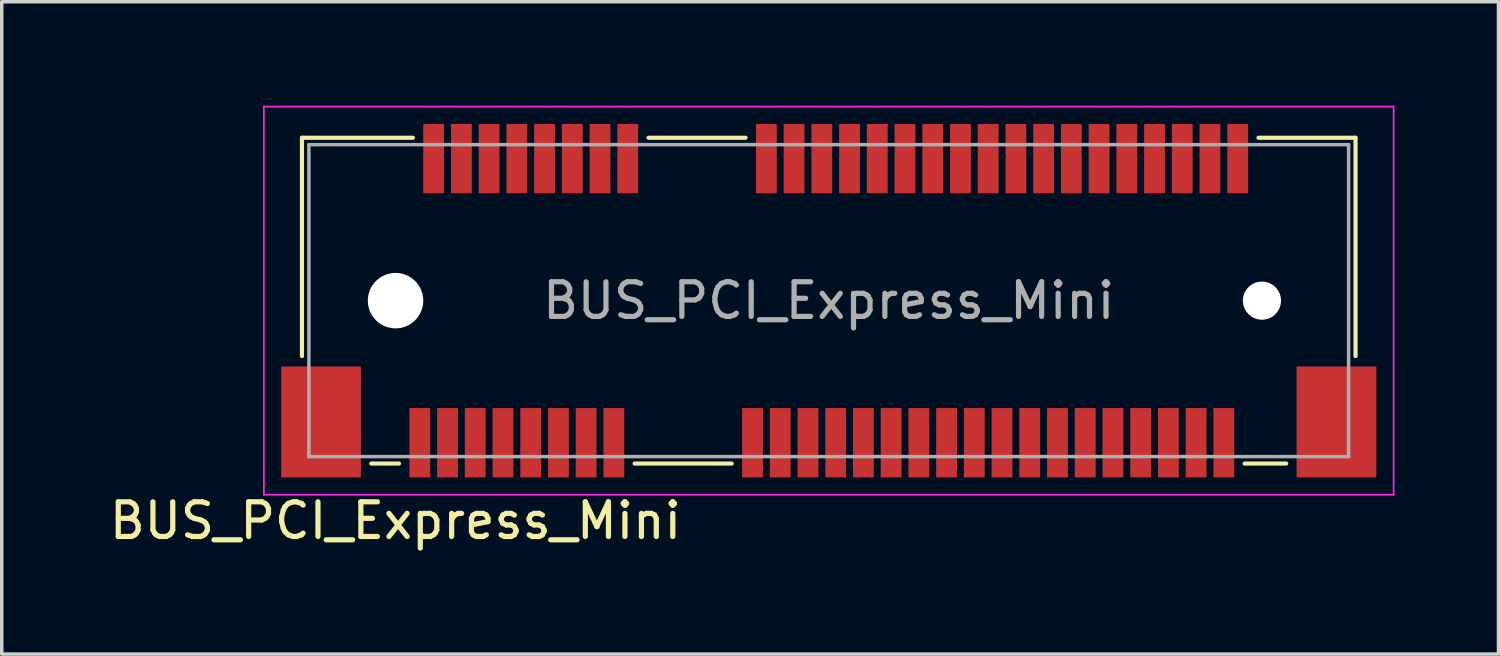
<source format=kicad_pcb>
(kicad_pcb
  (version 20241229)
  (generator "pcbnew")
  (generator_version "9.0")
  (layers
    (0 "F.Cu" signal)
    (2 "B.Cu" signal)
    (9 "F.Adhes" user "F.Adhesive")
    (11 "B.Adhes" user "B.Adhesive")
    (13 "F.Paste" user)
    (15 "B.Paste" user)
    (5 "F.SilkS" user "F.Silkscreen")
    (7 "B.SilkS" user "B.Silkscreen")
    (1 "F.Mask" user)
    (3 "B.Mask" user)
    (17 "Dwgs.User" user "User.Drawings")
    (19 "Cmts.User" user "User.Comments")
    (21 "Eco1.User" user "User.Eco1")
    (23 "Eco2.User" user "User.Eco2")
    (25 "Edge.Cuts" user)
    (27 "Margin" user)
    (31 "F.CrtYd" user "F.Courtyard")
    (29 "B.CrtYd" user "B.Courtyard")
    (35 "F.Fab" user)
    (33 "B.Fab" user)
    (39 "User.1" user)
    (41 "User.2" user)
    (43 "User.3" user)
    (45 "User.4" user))
  (footprint "BUS_PCI_Express_Mini"
    (layer "F.Cu")
    (at 20.863 5.625)
    (property "Reference" "BUS_PCI_Express_Mini" (at -12.5 6.35 180) (layer "F.SilkS") (effects (font (size 1 1) (thickness 0.15))))
    (attr smd)
    (fp_line (start -15.2 -4.7) (end -15.2 1.6) (stroke (width 0.12) (type solid)) (layer "F.SilkS"))
    (fp_line (start -13.2 4.7) (end -12.4 4.7) (stroke (width 0.12) (type solid)) (layer "F.SilkS"))
    (fp_line (start -12 -4.7) (end -15.2 -4.7) (stroke (width 0.12) (type solid)) (layer "F.SilkS"))
    (fp_line (start -5.6 4.7) (end -2.8 4.7) (stroke (width 0.12) (type solid)) (layer "F.SilkS"))
    (fp_line (start -2.4 -4.7) (end -5.2 -4.7) (stroke (width 0.12) (type solid)) (layer "F.SilkS"))
    (fp_line (start 12 4.7) (end 13.2 4.7) (stroke (width 0.12) (type solid)) (layer "F.SilkS"))
    (fp_line (start 15.2 -4.7) (end 12.4 -4.7) (stroke (width 0.12) (type solid)) (layer "F.SilkS"))
    (fp_line (start 15.2 1.6) (end 15.2 -4.7) (stroke (width 0.12) (type solid)) (layer "F.SilkS"))
    (fp_line (start -16.3 -5.6) (end 16.3 -5.6) (stroke (width 0.05) (type solid)) (layer "F.CrtYd"))
    (fp_line (start -16.3 5.6) (end -16.3 -5.6) (stroke (width 0.05) (type solid)) (layer "F.CrtYd"))
    (fp_line (start 16.3 -5.6) (end 16.3 5.6) (stroke (width 0.05) (type solid)) (layer "F.CrtYd"))
    (fp_line (start 16.3 5.6) (end -16.3 5.6) (stroke (width 0.05) (type solid)) (layer "F.CrtYd"))
    (fp_line (start -15 -4.5) (end -15 4.5) (stroke (width 0.1) (type solid)) (layer "F.Fab"))
    (fp_line (start -15 4.5) (end 15 4.5) (stroke (width 0.1) (type solid)) (layer "F.Fab"))
    (fp_line (start 15 -4.5) (end -15 -4.5) (stroke (width 0.1) (type solid)) (layer "F.Fab"))
    (fp_line (start 15 4.5) (end 15 -4.5) (stroke (width 0.1) (type solid)) (layer "F.Fab"))
    (fp_text user "${REFERENCE}" (at 0 0 0) (layer "F.Fab") (effects (font (size 1 1) (thickness 0.15))))
    (pad "" np_thru_hole circle (at -12.5 0) (size 1.6 1.6) (drill 1.6) (layers "*.Cu" "*.Mask"))
    (pad "" np_thru_hole circle (at 12.5 0) (size 1.1 1.1) (drill 1.1) (layers "*.Cu" "*.Mask"))
    (pad "1" smd rect (at -11.8 4.1) (size 0.6 2) (layers "F.Cu" "F.Mask" "F.Paste"))
    (pad "2" smd rect (at -11.4 -4.1) (size 0.6 2) (layers "F.Cu" "F.Mask" "F.Paste"))
    (pad "3" smd rect (at -11 4.1) (size 0.6 2) (layers "F.Cu" "F.Mask" "F.Paste"))
    (pad "4" smd rect (at -10.6 -4.1) (size 0.6 2) (layers "F.Cu" "F.Mask" "F.Paste"))
    (pad "5" smd rect (at -10.2 4.1) (size 0.6 2) (layers "F.Cu" "F.Mask" "F.Paste"))
    (pad "6" smd rect (at -9.8 -4.1) (size 0.6 2) (layers "F.Cu" "F.Mask" "F.Paste"))
    (pad "7" smd rect (at -9.4 4.1) (size 0.6 2) (layers "F.Cu" "F.Mask" "F.Paste"))
    (pad "8" smd rect (at -9 -4.1) (size 0.6 2) (layers "F.Cu" "F.Mask" "F.Paste"))
    (pad "9" smd rect (at -8.6 4.1) (size 0.6 2) (layers "F.Cu" "F.Mask" "F.Paste"))
    (pad "10" smd rect (at -8.2 -4.1) (size 0.6 2) (layers "F.Cu" "F.Mask" "F.Paste"))
    (pad "11" smd rect (at -7.8 4.1) (size 0.6 2) (layers "F.Cu" "F.Mask" "F.Paste"))
    (pad "12" smd rect (at -7.4 -4.1) (size 0.6 2) (layers "F.Cu" "F.Mask" "F.Paste"))
    (pad "13" smd rect (at -7 4.1) (size 0.6 2) (layers "F.Cu" "F.Mask" "F.Paste"))
    (pad "14" smd rect (at -6.6 -4.1) (size 0.6 2) (layers "F.Cu" "F.Mask" "F.Paste"))
    (pad "15" smd rect (at -6.2 4.1) (size 0.6 2) (layers "F.Cu" "F.Mask" "F.Paste"))
    (pad "16" smd rect (at -5.8 -4.1) (size 0.6 2) (layers "F.Cu" "F.Mask" "F.Paste"))
    (pad "17" smd rect (at -2.2 4.1) (size 0.6 2) (layers "F.Cu" "F.Mask" "F.Paste"))
    (pad "18" smd rect (at -1.8 -4.1) (size 0.6 2) (layers "F.Cu" "F.Mask" "F.Paste"))
    (pad "19" smd rect (at -1.4 4.1) (size 0.6 2) (layers "F.Cu" "F.Mask" "F.Paste"))
    (pad "20" smd rect (at -1 -4.1) (size 0.6 2) (layers "F.Cu" "F.Mask" "F.Paste"))
    (pad "21" smd rect (at -0.6 4.1) (size 0.6 2) (layers "F.Cu" "F.Mask" "F.Paste"))
    (pad "22" smd rect (at -0.2 -4.1) (size 0.6 2) (layers "F.Cu" "F.Mask" "F.Paste"))
    (pad "23" smd rect (at 0.2 4.1) (size 0.6 2) (layers "F.Cu" "F.Mask" "F.Paste"))
    (pad "24" smd rect (at 0.6 -4.1) (size 0.6 2) (layers "F.Cu" "F.Mask" "F.Paste"))
    (pad "25" smd rect (at 1 4.1) (size 0.6 2) (layers "F.Cu" "F.Mask" "F.Paste"))
    (pad "26" smd rect (at 1.4 -4.1) (size 0.6 2) (layers "F.Cu" "F.Mask" "F.Paste"))
    (pad "27" smd rect (at 1.8 4.1) (size 0.6 2) (layers "F.Cu" "F.Mask" "F.Paste"))
    (pad "28" smd rect (at 2.2 -4.1) (size 0.6 2) (layers "F.Cu" "F.Mask" "F.Paste"))
    (pad "29" smd rect (at 2.6 4.1) (size 0.6 2) (layers "F.Cu" "F.Mask" "F.Paste"))
    (pad "30" smd rect (at 3 -4.1) (size 0.6 2) (layers "F.Cu" "F.Mask" "F.Paste"))
    (pad "31" smd rect (at 3.4 4.1) (size 0.6 2) (layers "F.Cu" "F.Mask" "F.Paste"))
    (pad "32" smd rect (at 3.8 -4.1) (size 0.6 2) (layers "F.Cu" "F.Mask" "F.Paste"))
    (pad "33" smd rect (at 4.2 4.1) (size 0.6 2) (layers "F.Cu" "F.Mask" "F.Paste"))
    (pad "34" smd rect (at 4.6 -4.1) (size 0.6 2) (layers "F.Cu" "F.Mask" "F.Paste"))
    (pad "35" smd rect (at 5 4.1) (size 0.6 2) (layers "F.Cu" "F.Mask" "F.Paste"))
    (pad "36" smd rect (at 5.4 -4.1) (size 0.6 2) (layers "F.Cu" "F.Mask" "F.Paste"))
    (pad "37" smd rect (at 5.8 4.1) (size 0.6 2) (layers "F.Cu" "F.Mask" "F.Paste"))
    (pad "38" smd rect (at 6.2 -4.1) (size 0.6 2) (layers "F.Cu" "F.Mask" "F.Paste"))
    (pad "39" smd rect (at 6.6 4.1) (size 0.6 2) (layers "F.Cu" "F.Mask" "F.Paste"))
    (pad "40" smd rect (at 7 -4.1) (size 0.6 2) (layers "F.Cu" "F.Mask" "F.Paste"))
    (pad "41" smd rect (at 7.4 4.1) (size 0.6 2) (layers "F.Cu" "F.Mask" "F.Paste"))
    (pad "42" smd rect (at 7.8 -4.1) (size 0.6 2) (layers "F.Cu" "F.Mask" "F.Paste"))
    (pad "43" smd rect (at 8.2 4.1) (size 0.6 2) (layers "F.Cu" "F.Mask" "F.Paste"))
    (pad "44" smd rect (at 8.6 -4.1) (size 0.6 2) (layers "F.Cu" "F.Mask" "F.Paste"))
    (pad "45" smd rect (at 9 4.1) (size 0.6 2) (layers "F.Cu" "F.Mask" "F.Paste"))
    (pad "46" smd rect (at 9.4 -4.1) (size 0.6 2) (layers "F.Cu" "F.Mask" "F.Paste"))
    (pad "47" smd rect (at 9.8 4.1) (size 0.6 2) (layers "F.Cu" "F.Mask" "F.Paste"))
    (pad "48" smd rect (at 10.2 -4.1) (size 0.6 2) (layers "F.Cu" "F.Mask" "F.Paste"))
    (pad "49" smd rect (at 10.6 4.1) (size 0.6 2) (layers "F.Cu" "F.Mask" "F.Paste"))
    (pad "50" smd rect (at 11 -4.1) (size 0.6 2) (layers "F.Cu" "F.Mask" "F.Paste"))
    (pad "51" smd rect (at 11.4 4.1) (size 0.6 2) (layers "F.Cu" "F.Mask" "F.Paste"))
    (pad "52" smd rect (at 11.8 -4.1) (size 0.6 2) (layers "F.Cu" "F.Mask" "F.Paste"))
    (pad "MP" smd rect (at -14.65 3.5) (size 2.3 3.2) (layers "F.Cu" "F.Mask" "F.Paste"))
    (pad "MP" smd rect (at 14.65 3.5) (size 2.3 3.2) (layers "F.Cu" "F.Mask" "F.Paste")))
  (gr_rect
    (start -3 -3)
    (end 40.188 15.823)
    (stroke (width 0.1) (type default))
    (fill no)
    (layer "Edge.Cuts")))
</source>
